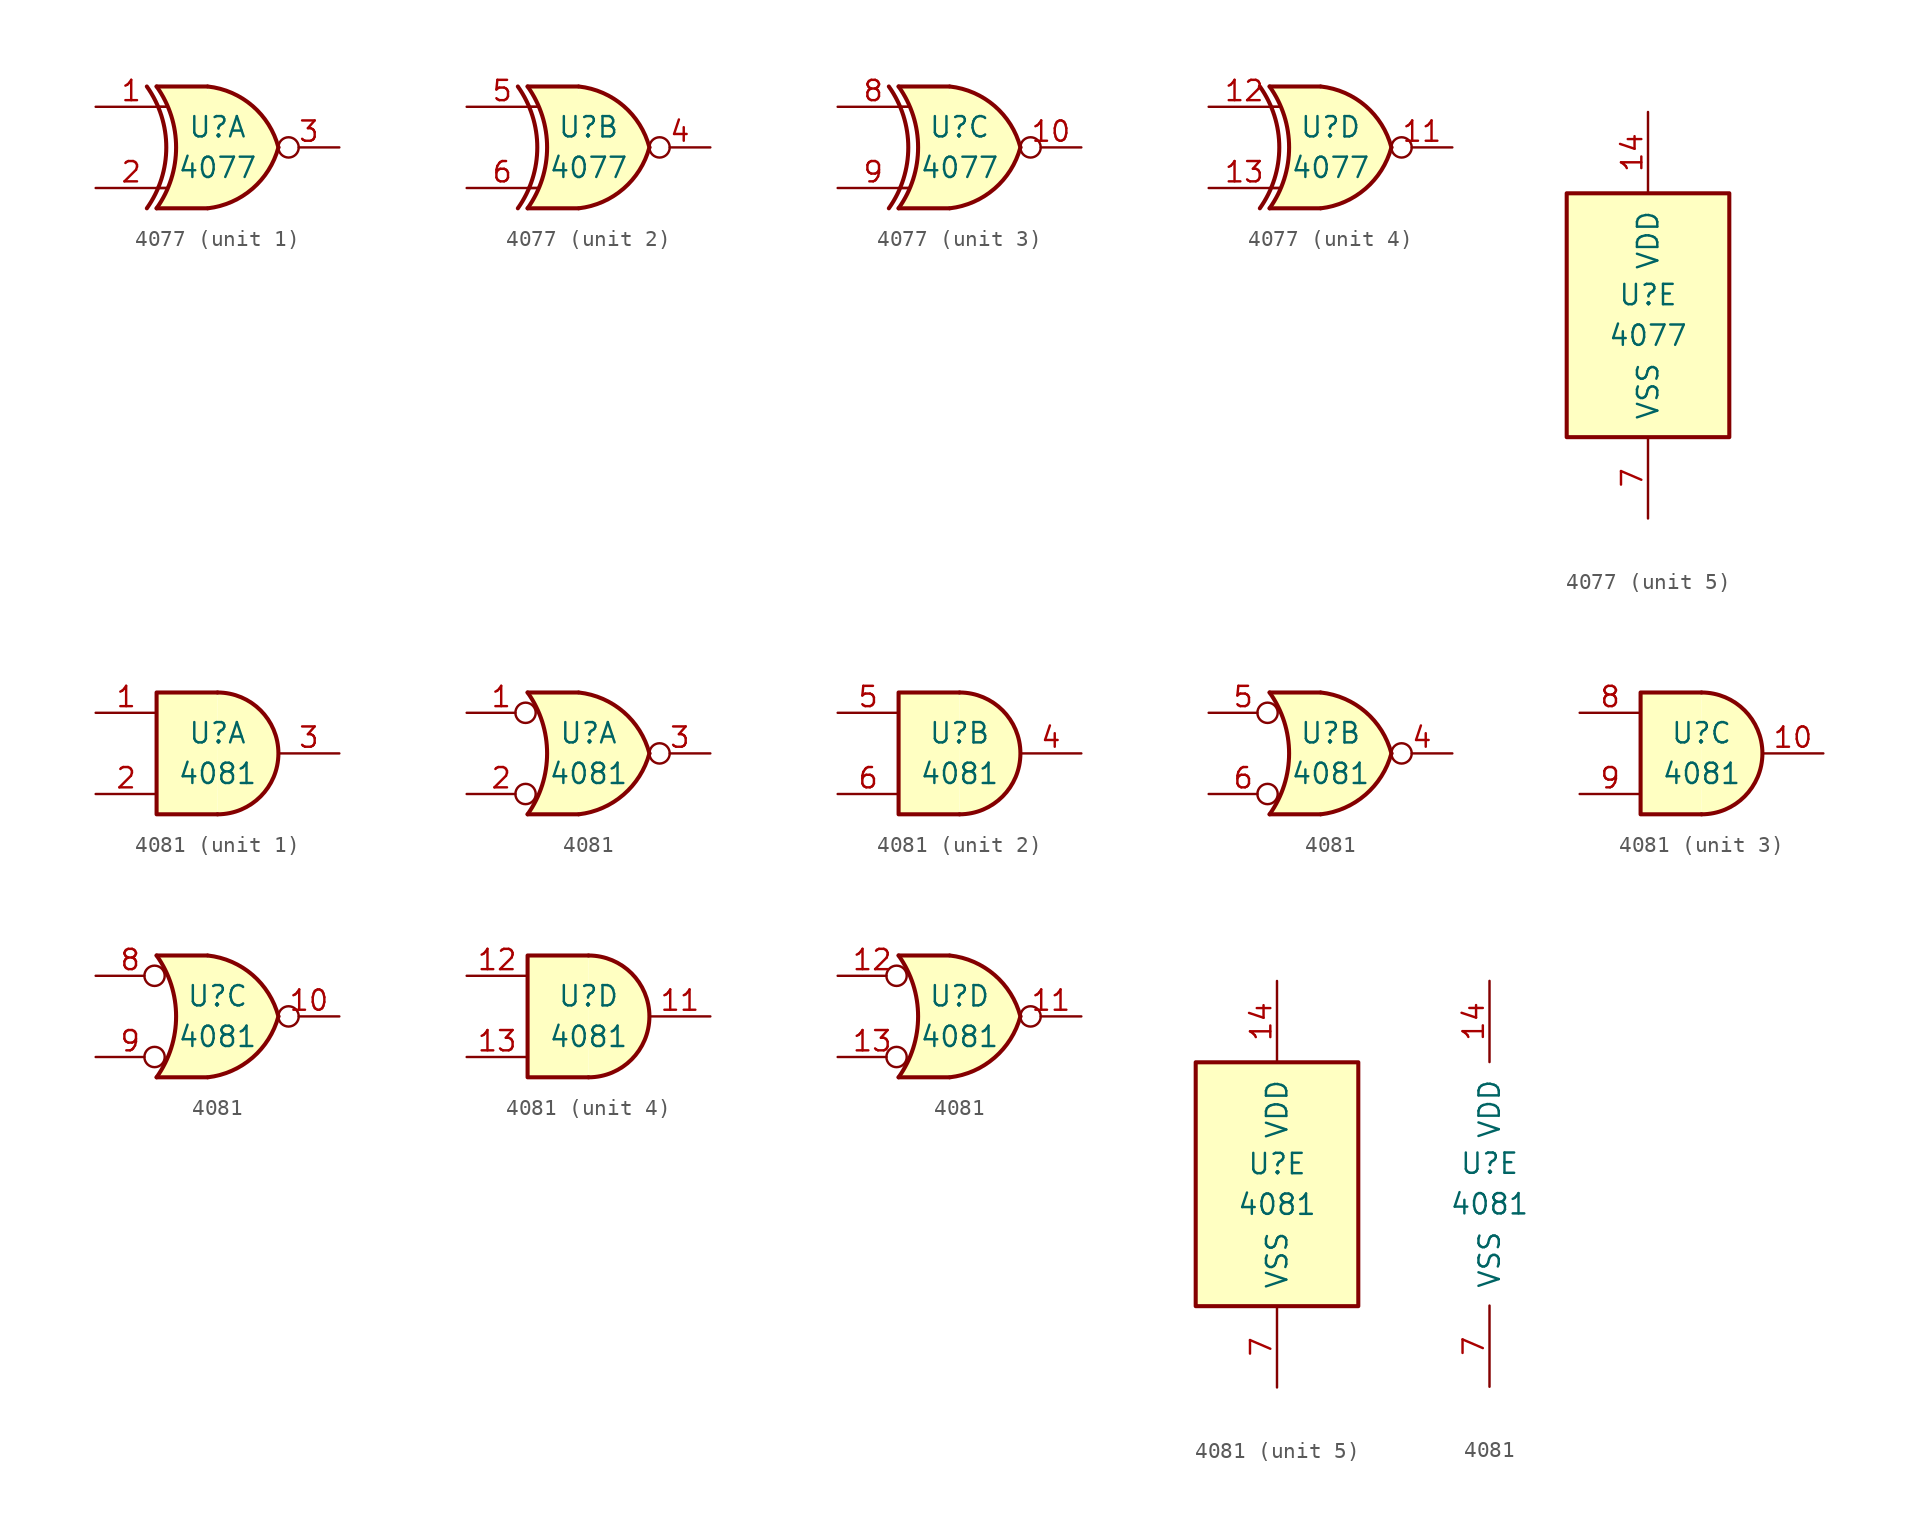
<source format=kicad_sym>
(kicad_symbol_lib
  (version 20211014)
  (generator kicad_symbol_editor)
  (symbol "4077"
    (pin_names
      (offset 1.016))
    (property "Reference" "U"
      (at 0 1.27 0)
      (effects (font (size 1.27 1.27))))
    (property "Value" "4077"
      (at 0 -1.27 0)
      (effects (font (size 1.27 1.27))))
    (property "ki_locked" ""
      (at 0 0 0)
      (effects (font (size 1.27 1.27))))
    (symbol "4077_1_0"
      (arc (start -4.4196 -3.81) (mid -3.2033 0) (end -4.4196 3.81) (stroke (width 0.254) (type default) (color 0 0 0 0)) (fill (type none)))
      (arc (start -3.81 -3.81) (mid -2.589 0) (end -3.81 3.81) (stroke (width 0.254) (type default) (color 0 0 0 0)) (fill (type none)))
      (arc (start -0.6096 -3.81) (mid 2.1842 -2.5851) (end 3.81 0) (stroke (width 0.254) (type default) (color 0 0 0 0)) (fill (type background)))
      (polyline (pts (xy -3.81 -3.81) (xy -0.635 -3.81)) (stroke (width 0.254) (type default) (color 0 0 0 0)) (fill (type background)))
      (polyline (pts (xy -3.81 3.81) (xy -0.635 3.81)) (stroke (width 0.254) (type default) (color 0 0 0 0)) (fill (type background)))
      (polyline (pts (xy -0.635 3.81) (xy -3.81 3.81) (xy -3.81 3.81) (xy -3.556 3.404) (xy -3.023 2.261) (xy -2.692 1.041) (xy -2.616 -0.254) (xy -2.769 -1.499) (xy -3.175 -2.718) (xy -3.81 -3.81) (xy -3.81 -3.81) (xy -0.635 -3.81)) (stroke (width -25.4) (type default) (color 0 0 0 0)) (fill (type background)))
      (arc (start 3.81 0) (mid 2.1915 2.5936) (end -0.6096 3.81) (stroke (width 0.254) (type default) (color 0 0 0 0)) (fill (type background)))
      (pin input line (at -7.62 2.54 0) (length 4.445) (name "~" (effects (font (size 1.27 1.27)))) (number "1" (effects (font (size 1.27 1.27)))))
      (pin input line (at -7.62 -2.54 0) (length 4.445) (name "~" (effects (font (size 1.27 1.27)))) (number "2" (effects (font (size 1.27 1.27)))))
      (pin output inverted (at 7.62 0 180) (length 3.81) (name "~" (effects (font (size 1.27 1.27)))) (number "3" (effects (font (size 1.27 1.27))))))
    (symbol "4077_1_1"
      (polyline (pts (xy -3.81 -2.54) (xy -3.175 -2.54)) (stroke (width 0.152) (type default) (color 0 0 0 0)) (fill (type none)))
      (polyline (pts (xy -3.81 2.54) (xy -3.175 2.54)) (stroke (width 0.152) (type default) (color 0 0 0 0)) (fill (type none))))
    (symbol "4077_2_0"
      (arc (start -4.4196 -3.81) (mid -3.2033 0) (end -4.4196 3.81) (stroke (width 0.254) (type default) (color 0 0 0 0)) (fill (type none)))
      (arc (start -3.81 -3.81) (mid -2.589 0) (end -3.81 3.81) (stroke (width 0.254) (type default) (color 0 0 0 0)) (fill (type none)))
      (arc (start -0.6096 -3.81) (mid 2.1842 -2.5851) (end 3.81 0) (stroke (width 0.254) (type default) (color 0 0 0 0)) (fill (type background)))
      (polyline (pts (xy -3.81 -3.81) (xy -0.635 -3.81)) (stroke (width 0.254) (type default) (color 0 0 0 0)) (fill (type background)))
      (polyline (pts (xy -3.81 3.81) (xy -0.635 3.81)) (stroke (width 0.254) (type default) (color 0 0 0 0)) (fill (type background)))
      (polyline (pts (xy -0.635 3.81) (xy -3.81 3.81) (xy -3.81 3.81) (xy -3.556 3.404) (xy -3.023 2.261) (xy -2.692 1.041) (xy -2.616 -0.254) (xy -2.769 -1.499) (xy -3.175 -2.718) (xy -3.81 -3.81) (xy -3.81 -3.81) (xy -0.635 -3.81)) (stroke (width -25.4) (type default) (color 0 0 0 0)) (fill (type background)))
      (arc (start 3.81 0) (mid 2.1915 2.5936) (end -0.6096 3.81) (stroke (width 0.254) (type default) (color 0 0 0 0)) (fill (type background)))
      (pin output inverted (at 7.62 0 180) (length 3.81) (name "~" (effects (font (size 1.27 1.27)))) (number "4" (effects (font (size 1.27 1.27)))))
      (pin input line (at -7.62 2.54 0) (length 4.445) (name "~" (effects (font (size 1.27 1.27)))) (number "5" (effects (font (size 1.27 1.27)))))
      (pin input line (at -7.62 -2.54 0) (length 4.445) (name "~" (effects (font (size 1.27 1.27)))) (number "6" (effects (font (size 1.27 1.27))))))
    (symbol "4077_2_1"
      (polyline (pts (xy -3.81 -2.54) (xy -3.175 -2.54)) (stroke (width 0.152) (type default) (color 0 0 0 0)) (fill (type none)))
      (polyline (pts (xy -3.81 2.54) (xy -3.175 2.54)) (stroke (width 0.152) (type default) (color 0 0 0 0)) (fill (type none))))
    (symbol "4077_3_0"
      (arc (start -4.4196 -3.81) (mid -3.2033 0) (end -4.4196 3.81) (stroke (width 0.254) (type default) (color 0 0 0 0)) (fill (type none)))
      (arc (start -3.81 -3.81) (mid -2.589 0) (end -3.81 3.81) (stroke (width 0.254) (type default) (color 0 0 0 0)) (fill (type none)))
      (arc (start -0.6096 -3.81) (mid 2.1842 -2.5851) (end 3.81 0) (stroke (width 0.254) (type default) (color 0 0 0 0)) (fill (type background)))
      (polyline (pts (xy -3.81 -3.81) (xy -0.635 -3.81)) (stroke (width 0.254) (type default) (color 0 0 0 0)) (fill (type background)))
      (polyline (pts (xy -3.81 3.81) (xy -0.635 3.81)) (stroke (width 0.254) (type default) (color 0 0 0 0)) (fill (type background)))
      (polyline (pts (xy -0.635 3.81) (xy -3.81 3.81) (xy -3.81 3.81) (xy -3.556 3.404) (xy -3.023 2.261) (xy -2.692 1.041) (xy -2.616 -0.254) (xy -2.769 -1.499) (xy -3.175 -2.718) (xy -3.81 -3.81) (xy -3.81 -3.81) (xy -0.635 -3.81)) (stroke (width -25.4) (type default) (color 0 0 0 0)) (fill (type background)))
      (arc (start 3.81 0) (mid 2.1915 2.5936) (end -0.6096 3.81) (stroke (width 0.254) (type default) (color 0 0 0 0)) (fill (type background)))
      (pin output inverted (at 7.62 0 180) (length 3.81) (name "~" (effects (font (size 1.27 1.27)))) (number "10" (effects (font (size 1.27 1.27)))))
      (pin input line (at -7.62 2.54 0) (length 4.445) (name "~" (effects (font (size 1.27 1.27)))) (number "8" (effects (font (size 1.27 1.27)))))
      (pin input line (at -7.62 -2.54 0) (length 4.445) (name "~" (effects (font (size 1.27 1.27)))) (number "9" (effects (font (size 1.27 1.27))))))
    (symbol "4077_3_1"
      (polyline (pts (xy -3.81 -2.54) (xy -3.175 -2.54)) (stroke (width 0.152) (type default) (color 0 0 0 0)) (fill (type none)))
      (polyline (pts (xy -3.81 2.54) (xy -3.175 2.54)) (stroke (width 0.152) (type default) (color 0 0 0 0)) (fill (type none))))
    (symbol "4077_4_0"
      (arc (start -4.4196 -3.81) (mid -3.2033 0) (end -4.4196 3.81) (stroke (width 0.254) (type default) (color 0 0 0 0)) (fill (type none)))
      (arc (start -3.81 -3.81) (mid -2.589 0) (end -3.81 3.81) (stroke (width 0.254) (type default) (color 0 0 0 0)) (fill (type none)))
      (arc (start -0.6096 -3.81) (mid 2.1842 -2.5851) (end 3.81 0) (stroke (width 0.254) (type default) (color 0 0 0 0)) (fill (type background)))
      (polyline (pts (xy -3.81 -3.81) (xy -0.635 -3.81)) (stroke (width 0.254) (type default) (color 0 0 0 0)) (fill (type background)))
      (polyline (pts (xy -3.81 3.81) (xy -0.635 3.81)) (stroke (width 0.254) (type default) (color 0 0 0 0)) (fill (type background)))
      (polyline (pts (xy -0.635 3.81) (xy -3.81 3.81) (xy -3.81 3.81) (xy -3.556 3.404) (xy -3.023 2.261) (xy -2.692 1.041) (xy -2.616 -0.254) (xy -2.769 -1.499) (xy -3.175 -2.718) (xy -3.81 -3.81) (xy -3.81 -3.81) (xy -0.635 -3.81)) (stroke (width -25.4) (type default) (color 0 0 0 0)) (fill (type background)))
      (arc (start 3.81 0) (mid 2.1915 2.5936) (end -0.6096 3.81) (stroke (width 0.254) (type default) (color 0 0 0 0)) (fill (type background)))
      (pin output inverted (at 7.62 0 180) (length 3.81) (name "~" (effects (font (size 1.27 1.27)))) (number "11" (effects (font (size 1.27 1.27)))))
      (pin input line (at -7.62 2.54 0) (length 4.445) (name "~" (effects (font (size 1.27 1.27)))) (number "12" (effects (font (size 1.27 1.27)))))
      (pin input line (at -7.62 -2.54 0) (length 4.445) (name "~" (effects (font (size 1.27 1.27)))) (number "13" (effects (font (size 1.27 1.27))))))
    (symbol "4077_4_1"
      (polyline (pts (xy -3.81 -2.54) (xy -3.175 -2.54)) (stroke (width 0.152) (type default) (color 0 0 0 0)) (fill (type none)))
      (polyline (pts (xy -3.81 2.54) (xy -3.175 2.54)) (stroke (width 0.152) (type default) (color 0 0 0 0)) (fill (type none))))
    (symbol "4077_5_0"
      (pin power_in line (at 0 12.7 270) (length 5.08) (name "VDD" (effects (font (size 1.27 1.27)))) (number "14" (effects (font (size 1.27 1.27)))))
      (pin power_in line (at 0 -12.7 90) (length 5.08) (name "VSS" (effects (font (size 1.27 1.27)))) (number "7" (effects (font (size 1.27 1.27))))))
    (symbol "4077_5_1"
      (rectangle (start -5.08 7.62) (end 5.08 -7.62) (stroke (width 0.254) (type default) (color 0 0 0 0)) (fill (type background)))))
  (symbol "4081"
    (pin_names
      (offset 1.016))
    (property "Reference" "U"
      (at 0 1.27 0)
      (effects (font (size 1.27 1.27))))
    (property "Value" "4081"
      (at 0 -1.27 0)
      (effects (font (size 1.27 1.27))))
    (property "ki_locked" ""
      (at 0 0 0)
      (effects (font (size 1.27 1.27))))
    (symbol "4081_1_1"
      (arc (start 0 -3.81) (mid 3.81 0) (end 0 3.81) (stroke (width 0.254) (type default) (color 0 0 0 0)) (fill (type background)))
      (polyline (pts (xy 0 3.81) (xy -3.81 3.81) (xy -3.81 -3.81) (xy 0 -3.81)) (stroke (width 0.254) (type default) (color 0 0 0 0)) (fill (type background)))
      (pin input line (at -7.62 2.54 0) (length 3.81) (name "~" (effects (font (size 1.27 1.27)))) (number "1" (effects (font (size 1.27 1.27)))))
      (pin input line (at -7.62 -2.54 0) (length 3.81) (name "~" (effects (font (size 1.27 1.27)))) (number "2" (effects (font (size 1.27 1.27)))))
      (pin output line (at 7.62 0 180) (length 3.81) (name "~" (effects (font (size 1.27 1.27)))) (number "3" (effects (font (size 1.27 1.27))))))
    (symbol "4081_1_2"
      (arc (start -3.81 -3.81) (mid -2.589 0) (end -3.81 3.81) (stroke (width 0.254) (type default) (color 0 0 0 0)) (fill (type none)))
      (arc (start -0.6096 -3.81) (mid 2.1842 -2.5851) (end 3.81 0) (stroke (width 0.254) (type default) (color 0 0 0 0)) (fill (type background)))
      (polyline (pts (xy -3.81 -3.81) (xy -0.635 -3.81)) (stroke (width 0.254) (type default) (color 0 0 0 0)) (fill (type background)))
      (polyline (pts (xy -3.81 3.81) (xy -0.635 3.81)) (stroke (width 0.254) (type default) (color 0 0 0 0)) (fill (type background)))
      (polyline (pts (xy -0.635 3.81) (xy -3.81 3.81) (xy -3.81 3.81) (xy -3.556 3.404) (xy -3.023 2.261) (xy -2.692 1.041) (xy -2.616 -0.254) (xy -2.769 -1.499) (xy -3.175 -2.718) (xy -3.81 -3.81) (xy -3.81 -3.81) (xy -0.635 -3.81)) (stroke (width -25.4) (type default) (color 0 0 0 0)) (fill (type background)))
      (arc (start 3.81 0) (mid 2.1915 2.5936) (end -0.6096 3.81) (stroke (width 0.254) (type default) (color 0 0 0 0)) (fill (type background)))
      (pin input inverted (at -7.62 2.54 0) (length 4.318) (name "~" (effects (font (size 1.27 1.27)))) (number "1" (effects (font (size 1.27 1.27)))))
      (pin input inverted (at -7.62 -2.54 0) (length 4.318) (name "~" (effects (font (size 1.27 1.27)))) (number "2" (effects (font (size 1.27 1.27)))))
      (pin output inverted (at 7.62 0 180) (length 3.81) (name "~" (effects (font (size 1.27 1.27)))) (number "3" (effects (font (size 1.27 1.27))))))
    (symbol "4081_2_1"
      (arc (start 0 -3.81) (mid 3.81 0) (end 0 3.81) (stroke (width 0.254) (type default) (color 0 0 0 0)) (fill (type background)))
      (polyline (pts (xy 0 3.81) (xy -3.81 3.81) (xy -3.81 -3.81) (xy 0 -3.81)) (stroke (width 0.254) (type default) (color 0 0 0 0)) (fill (type background)))
      (pin output line (at 7.62 0 180) (length 3.81) (name "~" (effects (font (size 1.27 1.27)))) (number "4" (effects (font (size 1.27 1.27)))))
      (pin input line (at -7.62 2.54 0) (length 3.81) (name "~" (effects (font (size 1.27 1.27)))) (number "5" (effects (font (size 1.27 1.27)))))
      (pin input line (at -7.62 -2.54 0) (length 3.81) (name "~" (effects (font (size 1.27 1.27)))) (number "6" (effects (font (size 1.27 1.27))))))
    (symbol "4081_2_2"
      (arc (start -3.81 -3.81) (mid -2.589 0) (end -3.81 3.81) (stroke (width 0.254) (type default) (color 0 0 0 0)) (fill (type none)))
      (arc (start -0.6096 -3.81) (mid 2.1842 -2.5851) (end 3.81 0) (stroke (width 0.254) (type default) (color 0 0 0 0)) (fill (type background)))
      (polyline (pts (xy -3.81 -3.81) (xy -0.635 -3.81)) (stroke (width 0.254) (type default) (color 0 0 0 0)) (fill (type background)))
      (polyline (pts (xy -3.81 3.81) (xy -0.635 3.81)) (stroke (width 0.254) (type default) (color 0 0 0 0)) (fill (type background)))
      (polyline (pts (xy -0.635 3.81) (xy -3.81 3.81) (xy -3.81 3.81) (xy -3.556 3.404) (xy -3.023 2.261) (xy -2.692 1.041) (xy -2.616 -0.254) (xy -2.769 -1.499) (xy -3.175 -2.718) (xy -3.81 -3.81) (xy -3.81 -3.81) (xy -0.635 -3.81)) (stroke (width -25.4) (type default) (color 0 0 0 0)) (fill (type background)))
      (arc (start 3.81 0) (mid 2.1915 2.5936) (end -0.6096 3.81) (stroke (width 0.254) (type default) (color 0 0 0 0)) (fill (type background)))
      (pin output inverted (at 7.62 0 180) (length 3.81) (name "~" (effects (font (size 1.27 1.27)))) (number "4" (effects (font (size 1.27 1.27)))))
      (pin input inverted (at -7.62 2.54 0) (length 4.318) (name "~" (effects (font (size 1.27 1.27)))) (number "5" (effects (font (size 1.27 1.27)))))
      (pin input inverted (at -7.62 -2.54 0) (length 4.318) (name "~" (effects (font (size 1.27 1.27)))) (number "6" (effects (font (size 1.27 1.27))))))
    (symbol "4081_3_1"
      (arc (start 0 -3.81) (mid 3.81 0) (end 0 3.81) (stroke (width 0.254) (type default) (color 0 0 0 0)) (fill (type background)))
      (polyline (pts (xy 0 3.81) (xy -3.81 3.81) (xy -3.81 -3.81) (xy 0 -3.81)) (stroke (width 0.254) (type default) (color 0 0 0 0)) (fill (type background)))
      (pin output line (at 7.62 0 180) (length 3.81) (name "~" (effects (font (size 1.27 1.27)))) (number "10" (effects (font (size 1.27 1.27)))))
      (pin input line (at -7.62 2.54 0) (length 3.81) (name "~" (effects (font (size 1.27 1.27)))) (number "8" (effects (font (size 1.27 1.27)))))
      (pin input line (at -7.62 -2.54 0) (length 3.81) (name "~" (effects (font (size 1.27 1.27)))) (number "9" (effects (font (size 1.27 1.27))))))
    (symbol "4081_3_2"
      (arc (start -3.81 -3.81) (mid -2.589 0) (end -3.81 3.81) (stroke (width 0.254) (type default) (color 0 0 0 0)) (fill (type none)))
      (arc (start -0.6096 -3.81) (mid 2.1842 -2.5851) (end 3.81 0) (stroke (width 0.254) (type default) (color 0 0 0 0)) (fill (type background)))
      (polyline (pts (xy -3.81 -3.81) (xy -0.635 -3.81)) (stroke (width 0.254) (type default) (color 0 0 0 0)) (fill (type background)))
      (polyline (pts (xy -3.81 3.81) (xy -0.635 3.81)) (stroke (width 0.254) (type default) (color 0 0 0 0)) (fill (type background)))
      (polyline (pts (xy -0.635 3.81) (xy -3.81 3.81) (xy -3.81 3.81) (xy -3.556 3.404) (xy -3.023 2.261) (xy -2.692 1.041) (xy -2.616 -0.254) (xy -2.769 -1.499) (xy -3.175 -2.718) (xy -3.81 -3.81) (xy -3.81 -3.81) (xy -0.635 -3.81)) (stroke (width -25.4) (type default) (color 0 0 0 0)) (fill (type background)))
      (arc (start 3.81 0) (mid 2.1915 2.5936) (end -0.6096 3.81) (stroke (width 0.254) (type default) (color 0 0 0 0)) (fill (type background)))
      (pin output inverted (at 7.62 0 180) (length 3.81) (name "~" (effects (font (size 1.27 1.27)))) (number "10" (effects (font (size 1.27 1.27)))))
      (pin input inverted (at -7.62 2.54 0) (length 4.318) (name "~" (effects (font (size 1.27 1.27)))) (number "8" (effects (font (size 1.27 1.27)))))
      (pin input inverted (at -7.62 -2.54 0) (length 4.318) (name "~" (effects (font (size 1.27 1.27)))) (number "9" (effects (font (size 1.27 1.27))))))
    (symbol "4081_4_1"
      (arc (start 0 -3.81) (mid 3.81 0) (end 0 3.81) (stroke (width 0.254) (type default) (color 0 0 0 0)) (fill (type background)))
      (polyline (pts (xy 0 3.81) (xy -3.81 3.81) (xy -3.81 -3.81) (xy 0 -3.81)) (stroke (width 0.254) (type default) (color 0 0 0 0)) (fill (type background)))
      (pin output line (at 7.62 0 180) (length 3.81) (name "~" (effects (font (size 1.27 1.27)))) (number "11" (effects (font (size 1.27 1.27)))))
      (pin input line (at -7.62 2.54 0) (length 3.81) (name "~" (effects (font (size 1.27 1.27)))) (number "12" (effects (font (size 1.27 1.27)))))
      (pin input line (at -7.62 -2.54 0) (length 3.81) (name "~" (effects (font (size 1.27 1.27)))) (number "13" (effects (font (size 1.27 1.27))))))
    (symbol "4081_4_2"
      (arc (start -3.81 -3.81) (mid -2.589 0) (end -3.81 3.81) (stroke (width 0.254) (type default) (color 0 0 0 0)) (fill (type none)))
      (arc (start -0.6096 -3.81) (mid 2.1842 -2.5851) (end 3.81 0) (stroke (width 0.254) (type default) (color 0 0 0 0)) (fill (type background)))
      (polyline (pts (xy -3.81 -3.81) (xy -0.635 -3.81)) (stroke (width 0.254) (type default) (color 0 0 0 0)) (fill (type background)))
      (polyline (pts (xy -3.81 3.81) (xy -0.635 3.81)) (stroke (width 0.254) (type default) (color 0 0 0 0)) (fill (type background)))
      (polyline (pts (xy -0.635 3.81) (xy -3.81 3.81) (xy -3.81 3.81) (xy -3.556 3.404) (xy -3.023 2.261) (xy -2.692 1.041) (xy -2.616 -0.254) (xy -2.769 -1.499) (xy -3.175 -2.718) (xy -3.81 -3.81) (xy -3.81 -3.81) (xy -0.635 -3.81)) (stroke (width -25.4) (type default) (color 0 0 0 0)) (fill (type background)))
      (arc (start 3.81 0) (mid 2.1915 2.5936) (end -0.6096 3.81) (stroke (width 0.254) (type default) (color 0 0 0 0)) (fill (type background)))
      (pin output inverted (at 7.62 0 180) (length 3.81) (name "~" (effects (font (size 1.27 1.27)))) (number "11" (effects (font (size 1.27 1.27)))))
      (pin input inverted (at -7.62 2.54 0) (length 4.318) (name "~" (effects (font (size 1.27 1.27)))) (number "12" (effects (font (size 1.27 1.27)))))
      (pin input inverted (at -7.62 -2.54 0) (length 4.318) (name "~" (effects (font (size 1.27 1.27)))) (number "13" (effects (font (size 1.27 1.27))))))
    (symbol "4081_5_0"
      (pin power_in line (at 0 12.7 270) (length 5.08) (name "VDD" (effects (font (size 1.27 1.27)))) (number "14" (effects (font (size 1.27 1.27)))))
      (pin power_in line (at 0 -12.7 90) (length 5.08) (name "VSS" (effects (font (size 1.27 1.27)))) (number "7" (effects (font (size 1.27 1.27))))))
    (symbol "4081_5_1"
      (rectangle (start -5.08 7.62) (end 5.08 -7.62) (stroke (width 0.254) (type default) (color 0 0 0 0)) (fill (type background))))))
</source>
